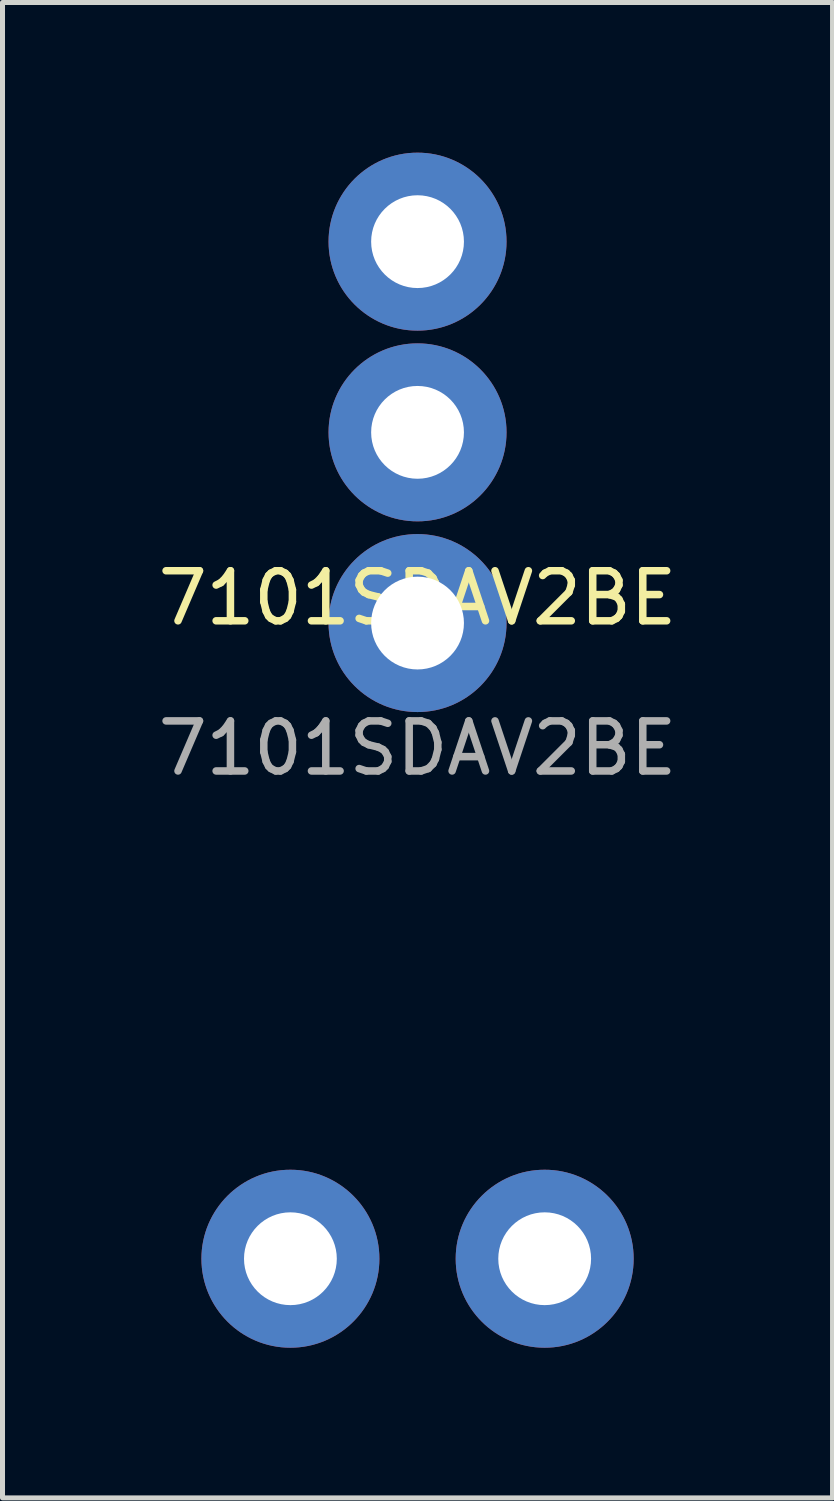
<source format=kicad_pcb>
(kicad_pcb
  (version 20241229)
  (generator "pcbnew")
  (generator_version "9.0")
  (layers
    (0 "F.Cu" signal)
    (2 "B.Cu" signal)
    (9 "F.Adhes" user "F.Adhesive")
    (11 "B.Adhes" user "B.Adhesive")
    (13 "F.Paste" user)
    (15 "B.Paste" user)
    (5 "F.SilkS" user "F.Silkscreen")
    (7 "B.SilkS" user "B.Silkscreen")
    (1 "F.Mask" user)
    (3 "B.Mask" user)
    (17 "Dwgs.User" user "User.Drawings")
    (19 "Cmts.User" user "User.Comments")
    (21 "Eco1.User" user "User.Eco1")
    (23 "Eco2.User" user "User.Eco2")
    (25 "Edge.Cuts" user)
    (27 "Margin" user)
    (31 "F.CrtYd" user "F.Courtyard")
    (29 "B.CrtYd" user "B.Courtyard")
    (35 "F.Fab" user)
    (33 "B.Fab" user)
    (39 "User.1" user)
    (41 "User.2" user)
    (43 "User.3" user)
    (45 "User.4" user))
  (footprint "7101SDAV2BE"
    (layer "F.Cu")
    (at 5.292 9.398)
    (property "Reference" "7101SDAV2BE" (at 0 -0.5 0) (unlocked yes) (layer "F.SilkS") (effects (font (size 1 1) (thickness 0.15))))
    (attr through_hole)
    (fp_text user "${REFERENCE}" (at 0 2.5 0) (unlocked yes) (layer "F.Fab") (effects (font (size 1 1) (thickness 0.15))))
    (pad "" np_thru_hole circle (at -2.54 12.7) (size 3.556 3.556) (drill 1.854) (layers "*.Cu" "*.Mask"))
    (pad "" np_thru_hole circle (at 2.54 12.7) (size 3.556 3.556) (drill 1.854) (layers "*.Cu" "*.Mask"))
    (pad "1" thru_hole circle (at 0 0) (size 3.556 3.556) (drill 1.854) (layers "*.Cu" "*.Mask"))
    (pad "2" thru_hole circle (at 0 -3.81) (size 3.556 3.556) (drill 1.854) (layers "*.Cu" "*.Mask"))
    (pad "3" thru_hole circle (at 0 -7.62) (size 3.556 3.556) (drill 1.854) (layers "*.Cu" "*.Mask")))
  (gr_rect
    (start -3 -3)
    (end 13.583 26.876)
    (stroke (width 0.1) (type default))
    (fill no)
    (layer "Edge.Cuts")))
</source>
